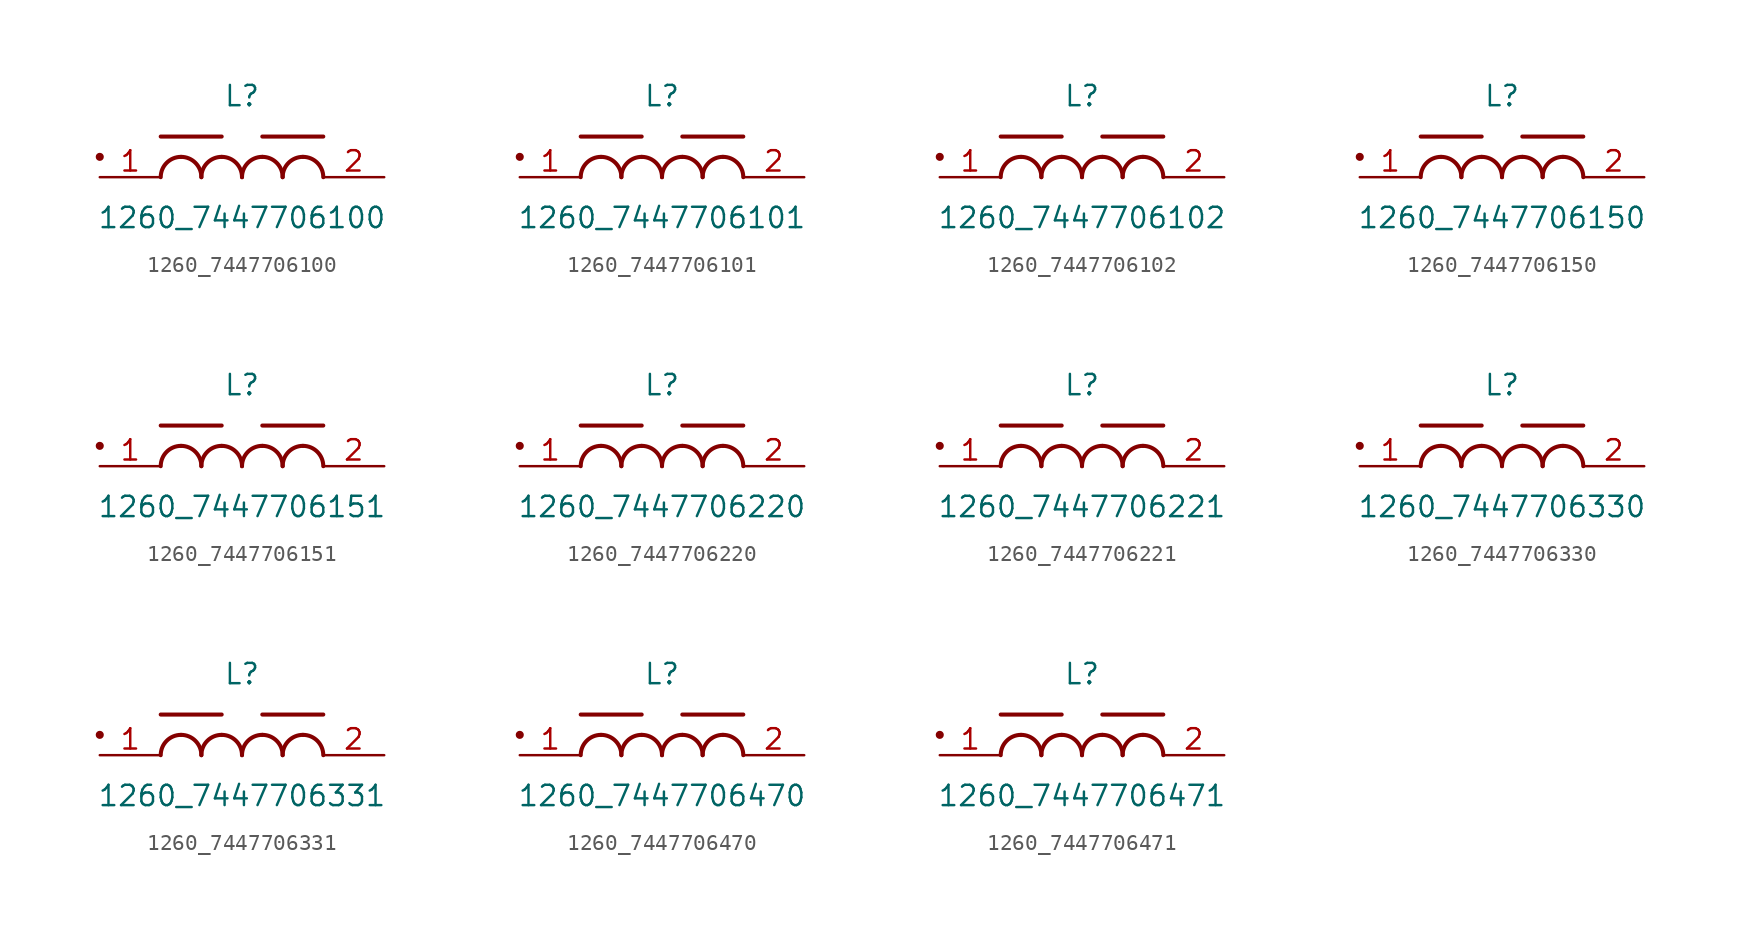
<source format=kicad_sym>
(kicad_symbol_lib
  (version 20211014)
  (generator kicad_symbol_editor)
  (symbol "Inductor_Wurth_WE-PD:1260_7447706100"
    (pin_names hide)
    (property "Reference" "L"
      (at 0 5.08 0)
      (effects (font (size 1.27 1.27))))
    (property "Value" "1260_7447706100"
      (at 0 -2.54 0)
      (effects (font (size 1.27 1.27))))
    (symbol "1260_7447706100_0_1"
      (circle (center -8.89 1.27) (radius 0.0001) (stroke (width 0.254)) (stroke (width 0.254) (type default) (color 0 0 0 0)) (fill (type none)))
      (arc (start -3.81 1.27) (mid -4.708 0.898) (end -5.08 0) (stroke (width 0.254) (type default) (color 0 0 0 0)) (fill (type none)))
      (arc (start -2.54 0) (mid -2.912 0.898) (end -3.81 1.27) (stroke (width 0.254) (type default) (color 0 0 0 0)) (fill (type none)))
      (arc (start -1.2699 1.2701) (mid -2.1679 0.8981) (end -2.5399 0.0001) (stroke (width 0.254) (type default) (color 0 0 0 0)) (fill (type none)))
      (polyline (pts (xy -5.08 2.54) (xy -1.27 2.54)) (stroke (width 0.254) (type default) (color 0 0 0 0)) (fill (type none)))
      (polyline (pts (xy 5.08 2.54) (xy 1.27 2.54)) (stroke (width 0.254) (type default) (color 0 0 0 0)) (fill (type none)))
      (arc (start 0.0001 0.0001) (mid -0.3719 0.8981) (end -1.2699 1.2701) (stroke (width 0.254) (type default) (color 0 0 0 0)) (fill (type none)))
      (arc (start 1.2701 1.2701) (mid 0.3721 0.8981) (end 0.0001 0.0001) (stroke (width 0.254) (type default) (color 0 0 0 0)) (fill (type none)))
      (arc (start 2.5401 0.0001) (mid 2.1681 0.8981) (end 1.2701 1.2701) (stroke (width 0.254) (type default) (color 0 0 0 0)) (fill (type none)))
      (arc (start 3.8101 1.2701) (mid 2.9121 0.8981) (end 2.5401 0.0001) (stroke (width 0.254) (type default) (color 0 0 0 0)) (fill (type none)))
      (arc (start 5.0801 0.0001) (mid 4.7081 0.8981) (end 3.8101 1.2701) (stroke (width 0.254) (type default) (color 0 0 0 0)) (fill (type none))))
    (symbol "1260_7447706100_1_1"
      (pin passive line (at -8.89 0 0) (length 3.81) (name "1" (effects (font (size 1.27 1.27)))) (number "1" (effects (font (size 1.27 1.27)))))
      (pin passive line (at 8.89 0 180) (length 3.81) (name "2" (effects (font (size 1.27 1.27)))) (number "2" (effects (font (size 1.27 1.27)))))))
  (symbol "Inductor_Wurth_WE-PD:1260_7447706101"
    (pin_names hide)
    (property "Reference" "L"
      (at 0 5.08 0)
      (effects (font (size 1.27 1.27))))
    (property "Value" "1260_7447706101"
      (at 0 -2.54 0)
      (effects (font (size 1.27 1.27))))
    (symbol "1260_7447706101_0_1"
      (circle (center -8.89 1.27) (radius 0.0001) (stroke (width 0.254)) (stroke (width 0.254) (type default) (color 0 0 0 0)) (fill (type none)))
      (arc (start -3.81 1.27) (mid -4.708 0.898) (end -5.08 0) (stroke (width 0.254) (type default) (color 0 0 0 0)) (fill (type none)))
      (arc (start -2.54 0) (mid -2.912 0.898) (end -3.81 1.27) (stroke (width 0.254) (type default) (color 0 0 0 0)) (fill (type none)))
      (arc (start -1.2699 1.2701) (mid -2.1679 0.8981) (end -2.5399 0.0001) (stroke (width 0.254) (type default) (color 0 0 0 0)) (fill (type none)))
      (polyline (pts (xy -5.08 2.54) (xy -1.27 2.54)) (stroke (width 0.254) (type default) (color 0 0 0 0)) (fill (type none)))
      (polyline (pts (xy 5.08 2.54) (xy 1.27 2.54)) (stroke (width 0.254) (type default) (color 0 0 0 0)) (fill (type none)))
      (arc (start 0.0001 0.0001) (mid -0.3719 0.8981) (end -1.2699 1.2701) (stroke (width 0.254) (type default) (color 0 0 0 0)) (fill (type none)))
      (arc (start 1.2701 1.2701) (mid 0.3721 0.8981) (end 0.0001 0.0001) (stroke (width 0.254) (type default) (color 0 0 0 0)) (fill (type none)))
      (arc (start 2.5401 0.0001) (mid 2.1681 0.8981) (end 1.2701 1.2701) (stroke (width 0.254) (type default) (color 0 0 0 0)) (fill (type none)))
      (arc (start 3.8101 1.2701) (mid 2.9121 0.8981) (end 2.5401 0.0001) (stroke (width 0.254) (type default) (color 0 0 0 0)) (fill (type none)))
      (arc (start 5.0801 0.0001) (mid 4.7081 0.8981) (end 3.8101 1.2701) (stroke (width 0.254) (type default) (color 0 0 0 0)) (fill (type none))))
    (symbol "1260_7447706101_1_1"
      (pin passive line (at -8.89 0 0) (length 3.81) (name "1" (effects (font (size 1.27 1.27)))) (number "1" (effects (font (size 1.27 1.27)))))
      (pin passive line (at 8.89 0 180) (length 3.81) (name "2" (effects (font (size 1.27 1.27)))) (number "2" (effects (font (size 1.27 1.27)))))))
  (symbol "Inductor_Wurth_WE-PD:1260_7447706102"
    (pin_names hide)
    (property "Reference" "L"
      (at 0 5.08 0)
      (effects (font (size 1.27 1.27))))
    (property "Value" "1260_7447706102"
      (at 0 -2.54 0)
      (effects (font (size 1.27 1.27))))
    (symbol "1260_7447706102_0_1"
      (circle (center -8.89 1.27) (radius 0.0001) (stroke (width 0.254)) (stroke (width 0.254) (type default) (color 0 0 0 0)) (fill (type none)))
      (arc (start -3.81 1.27) (mid -4.708 0.898) (end -5.08 0) (stroke (width 0.254) (type default) (color 0 0 0 0)) (fill (type none)))
      (arc (start -2.54 0) (mid -2.912 0.898) (end -3.81 1.27) (stroke (width 0.254) (type default) (color 0 0 0 0)) (fill (type none)))
      (arc (start -1.2699 1.2701) (mid -2.1679 0.8981) (end -2.5399 0.0001) (stroke (width 0.254) (type default) (color 0 0 0 0)) (fill (type none)))
      (polyline (pts (xy -5.08 2.54) (xy -1.27 2.54)) (stroke (width 0.254) (type default) (color 0 0 0 0)) (fill (type none)))
      (polyline (pts (xy 5.08 2.54) (xy 1.27 2.54)) (stroke (width 0.254) (type default) (color 0 0 0 0)) (fill (type none)))
      (arc (start 0.0001 0.0001) (mid -0.3719 0.8981) (end -1.2699 1.2701) (stroke (width 0.254) (type default) (color 0 0 0 0)) (fill (type none)))
      (arc (start 1.2701 1.2701) (mid 0.3721 0.8981) (end 0.0001 0.0001) (stroke (width 0.254) (type default) (color 0 0 0 0)) (fill (type none)))
      (arc (start 2.5401 0.0001) (mid 2.1681 0.8981) (end 1.2701 1.2701) (stroke (width 0.254) (type default) (color 0 0 0 0)) (fill (type none)))
      (arc (start 3.8101 1.2701) (mid 2.9121 0.8981) (end 2.5401 0.0001) (stroke (width 0.254) (type default) (color 0 0 0 0)) (fill (type none)))
      (arc (start 5.0801 0.0001) (mid 4.7081 0.8981) (end 3.8101 1.2701) (stroke (width 0.254) (type default) (color 0 0 0 0)) (fill (type none))))
    (symbol "1260_7447706102_1_1"
      (pin passive line (at -8.89 0 0) (length 3.81) (name "1" (effects (font (size 1.27 1.27)))) (number "1" (effects (font (size 1.27 1.27)))))
      (pin passive line (at 8.89 0 180) (length 3.81) (name "2" (effects (font (size 1.27 1.27)))) (number "2" (effects (font (size 1.27 1.27)))))))
  (symbol "Inductor_Wurth_WE-PD:1260_7447706150"
    (pin_names hide)
    (property "Reference" "L"
      (at 0 5.08 0)
      (effects (font (size 1.27 1.27))))
    (property "Value" "1260_7447706150"
      (at 0 -2.54 0)
      (effects (font (size 1.27 1.27))))
    (symbol "1260_7447706150_0_1"
      (circle (center -8.89 1.27) (radius 0.0001) (stroke (width 0.254)) (stroke (width 0.254) (type default) (color 0 0 0 0)) (fill (type none)))
      (arc (start -3.81 1.27) (mid -4.708 0.898) (end -5.08 0) (stroke (width 0.254) (type default) (color 0 0 0 0)) (fill (type none)))
      (arc (start -2.54 0) (mid -2.912 0.898) (end -3.81 1.27) (stroke (width 0.254) (type default) (color 0 0 0 0)) (fill (type none)))
      (arc (start -1.2699 1.2701) (mid -2.1679 0.8981) (end -2.5399 0.0001) (stroke (width 0.254) (type default) (color 0 0 0 0)) (fill (type none)))
      (polyline (pts (xy -5.08 2.54) (xy -1.27 2.54)) (stroke (width 0.254) (type default) (color 0 0 0 0)) (fill (type none)))
      (polyline (pts (xy 5.08 2.54) (xy 1.27 2.54)) (stroke (width 0.254) (type default) (color 0 0 0 0)) (fill (type none)))
      (arc (start 0.0001 0.0001) (mid -0.3719 0.8981) (end -1.2699 1.2701) (stroke (width 0.254) (type default) (color 0 0 0 0)) (fill (type none)))
      (arc (start 1.2701 1.2701) (mid 0.3721 0.8981) (end 0.0001 0.0001) (stroke (width 0.254) (type default) (color 0 0 0 0)) (fill (type none)))
      (arc (start 2.5401 0.0001) (mid 2.1681 0.8981) (end 1.2701 1.2701) (stroke (width 0.254) (type default) (color 0 0 0 0)) (fill (type none)))
      (arc (start 3.8101 1.2701) (mid 2.9121 0.8981) (end 2.5401 0.0001) (stroke (width 0.254) (type default) (color 0 0 0 0)) (fill (type none)))
      (arc (start 5.0801 0.0001) (mid 4.7081 0.8981) (end 3.8101 1.2701) (stroke (width 0.254) (type default) (color 0 0 0 0)) (fill (type none))))
    (symbol "1260_7447706150_1_1"
      (pin passive line (at -8.89 0 0) (length 3.81) (name "1" (effects (font (size 1.27 1.27)))) (number "1" (effects (font (size 1.27 1.27)))))
      (pin passive line (at 8.89 0 180) (length 3.81) (name "2" (effects (font (size 1.27 1.27)))) (number "2" (effects (font (size 1.27 1.27)))))))
  (symbol "Inductor_Wurth_WE-PD:1260_7447706151"
    (pin_names hide)
    (property "Reference" "L"
      (at 0 5.08 0)
      (effects (font (size 1.27 1.27))))
    (property "Value" "1260_7447706151"
      (at 0 -2.54 0)
      (effects (font (size 1.27 1.27))))
    (symbol "1260_7447706151_0_1"
      (circle (center -8.89 1.27) (radius 0.0001) (stroke (width 0.254)) (stroke (width 0.254) (type default) (color 0 0 0 0)) (fill (type none)))
      (arc (start -3.81 1.27) (mid -4.708 0.898) (end -5.08 0) (stroke (width 0.254) (type default) (color 0 0 0 0)) (fill (type none)))
      (arc (start -2.54 0) (mid -2.912 0.898) (end -3.81 1.27) (stroke (width 0.254) (type default) (color 0 0 0 0)) (fill (type none)))
      (arc (start -1.2699 1.2701) (mid -2.1679 0.8981) (end -2.5399 0.0001) (stroke (width 0.254) (type default) (color 0 0 0 0)) (fill (type none)))
      (polyline (pts (xy -5.08 2.54) (xy -1.27 2.54)) (stroke (width 0.254) (type default) (color 0 0 0 0)) (fill (type none)))
      (polyline (pts (xy 5.08 2.54) (xy 1.27 2.54)) (stroke (width 0.254) (type default) (color 0 0 0 0)) (fill (type none)))
      (arc (start 0.0001 0.0001) (mid -0.3719 0.8981) (end -1.2699 1.2701) (stroke (width 0.254) (type default) (color 0 0 0 0)) (fill (type none)))
      (arc (start 1.2701 1.2701) (mid 0.3721 0.8981) (end 0.0001 0.0001) (stroke (width 0.254) (type default) (color 0 0 0 0)) (fill (type none)))
      (arc (start 2.5401 0.0001) (mid 2.1681 0.8981) (end 1.2701 1.2701) (stroke (width 0.254) (type default) (color 0 0 0 0)) (fill (type none)))
      (arc (start 3.8101 1.2701) (mid 2.9121 0.8981) (end 2.5401 0.0001) (stroke (width 0.254) (type default) (color 0 0 0 0)) (fill (type none)))
      (arc (start 5.0801 0.0001) (mid 4.7081 0.8981) (end 3.8101 1.2701) (stroke (width 0.254) (type default) (color 0 0 0 0)) (fill (type none))))
    (symbol "1260_7447706151_1_1"
      (pin passive line (at -8.89 0 0) (length 3.81) (name "1" (effects (font (size 1.27 1.27)))) (number "1" (effects (font (size 1.27 1.27)))))
      (pin passive line (at 8.89 0 180) (length 3.81) (name "2" (effects (font (size 1.27 1.27)))) (number "2" (effects (font (size 1.27 1.27)))))))
  (symbol "Inductor_Wurth_WE-PD:1260_7447706220"
    (pin_names hide)
    (property "Reference" "L"
      (at 0 5.08 0)
      (effects (font (size 1.27 1.27))))
    (property "Value" "1260_7447706220"
      (at 0 -2.54 0)
      (effects (font (size 1.27 1.27))))
    (symbol "1260_7447706220_0_1"
      (circle (center -8.89 1.27) (radius 0.0001) (stroke (width 0.254)) (stroke (width 0.254) (type default) (color 0 0 0 0)) (fill (type none)))
      (arc (start -3.81 1.27) (mid -4.708 0.898) (end -5.08 0) (stroke (width 0.254) (type default) (color 0 0 0 0)) (fill (type none)))
      (arc (start -2.54 0) (mid -2.912 0.898) (end -3.81 1.27) (stroke (width 0.254) (type default) (color 0 0 0 0)) (fill (type none)))
      (arc (start -1.2699 1.2701) (mid -2.1679 0.8981) (end -2.5399 0.0001) (stroke (width 0.254) (type default) (color 0 0 0 0)) (fill (type none)))
      (polyline (pts (xy -5.08 2.54) (xy -1.27 2.54)) (stroke (width 0.254) (type default) (color 0 0 0 0)) (fill (type none)))
      (polyline (pts (xy 5.08 2.54) (xy 1.27 2.54)) (stroke (width 0.254) (type default) (color 0 0 0 0)) (fill (type none)))
      (arc (start 0.0001 0.0001) (mid -0.3719 0.8981) (end -1.2699 1.2701) (stroke (width 0.254) (type default) (color 0 0 0 0)) (fill (type none)))
      (arc (start 1.2701 1.2701) (mid 0.3721 0.8981) (end 0.0001 0.0001) (stroke (width 0.254) (type default) (color 0 0 0 0)) (fill (type none)))
      (arc (start 2.5401 0.0001) (mid 2.1681 0.8981) (end 1.2701 1.2701) (stroke (width 0.254) (type default) (color 0 0 0 0)) (fill (type none)))
      (arc (start 3.8101 1.2701) (mid 2.9121 0.8981) (end 2.5401 0.0001) (stroke (width 0.254) (type default) (color 0 0 0 0)) (fill (type none)))
      (arc (start 5.0801 0.0001) (mid 4.7081 0.8981) (end 3.8101 1.2701) (stroke (width 0.254) (type default) (color 0 0 0 0)) (fill (type none))))
    (symbol "1260_7447706220_1_1"
      (pin passive line (at -8.89 0 0) (length 3.81) (name "1" (effects (font (size 1.27 1.27)))) (number "1" (effects (font (size 1.27 1.27)))))
      (pin passive line (at 8.89 0 180) (length 3.81) (name "2" (effects (font (size 1.27 1.27)))) (number "2" (effects (font (size 1.27 1.27)))))))
  (symbol "Inductor_Wurth_WE-PD:1260_7447706221"
    (pin_names hide)
    (property "Reference" "L"
      (at 0 5.08 0)
      (effects (font (size 1.27 1.27))))
    (property "Value" "1260_7447706221"
      (at 0 -2.54 0)
      (effects (font (size 1.27 1.27))))
    (symbol "1260_7447706221_0_1"
      (circle (center -8.89 1.27) (radius 0.0001) (stroke (width 0.254)) (stroke (width 0.254) (type default) (color 0 0 0 0)) (fill (type none)))
      (arc (start -3.81 1.27) (mid -4.708 0.898) (end -5.08 0) (stroke (width 0.254) (type default) (color 0 0 0 0)) (fill (type none)))
      (arc (start -2.54 0) (mid -2.912 0.898) (end -3.81 1.27) (stroke (width 0.254) (type default) (color 0 0 0 0)) (fill (type none)))
      (arc (start -1.2699 1.2701) (mid -2.1679 0.8981) (end -2.5399 0.0001) (stroke (width 0.254) (type default) (color 0 0 0 0)) (fill (type none)))
      (polyline (pts (xy -5.08 2.54) (xy -1.27 2.54)) (stroke (width 0.254) (type default) (color 0 0 0 0)) (fill (type none)))
      (polyline (pts (xy 5.08 2.54) (xy 1.27 2.54)) (stroke (width 0.254) (type default) (color 0 0 0 0)) (fill (type none)))
      (arc (start 0.0001 0.0001) (mid -0.3719 0.8981) (end -1.2699 1.2701) (stroke (width 0.254) (type default) (color 0 0 0 0)) (fill (type none)))
      (arc (start 1.2701 1.2701) (mid 0.3721 0.8981) (end 0.0001 0.0001) (stroke (width 0.254) (type default) (color 0 0 0 0)) (fill (type none)))
      (arc (start 2.5401 0.0001) (mid 2.1681 0.8981) (end 1.2701 1.2701) (stroke (width 0.254) (type default) (color 0 0 0 0)) (fill (type none)))
      (arc (start 3.8101 1.2701) (mid 2.9121 0.8981) (end 2.5401 0.0001) (stroke (width 0.254) (type default) (color 0 0 0 0)) (fill (type none)))
      (arc (start 5.0801 0.0001) (mid 4.7081 0.8981) (end 3.8101 1.2701) (stroke (width 0.254) (type default) (color 0 0 0 0)) (fill (type none))))
    (symbol "1260_7447706221_1_1"
      (pin passive line (at -8.89 0 0) (length 3.81) (name "1" (effects (font (size 1.27 1.27)))) (number "1" (effects (font (size 1.27 1.27)))))
      (pin passive line (at 8.89 0 180) (length 3.81) (name "2" (effects (font (size 1.27 1.27)))) (number "2" (effects (font (size 1.27 1.27)))))))
  (symbol "Inductor_Wurth_WE-PD:1260_7447706330"
    (pin_names hide)
    (property "Reference" "L"
      (at 0 5.08 0)
      (effects (font (size 1.27 1.27))))
    (property "Value" "1260_7447706330"
      (at 0 -2.54 0)
      (effects (font (size 1.27 1.27))))
    (symbol "1260_7447706330_0_1"
      (circle (center -8.89 1.27) (radius 0.0001) (stroke (width 0.254)) (stroke (width 0.254) (type default) (color 0 0 0 0)) (fill (type none)))
      (arc (start -3.81 1.27) (mid -4.708 0.898) (end -5.08 0) (stroke (width 0.254) (type default) (color 0 0 0 0)) (fill (type none)))
      (arc (start -2.54 0) (mid -2.912 0.898) (end -3.81 1.27) (stroke (width 0.254) (type default) (color 0 0 0 0)) (fill (type none)))
      (arc (start -1.2699 1.2701) (mid -2.1679 0.8981) (end -2.5399 0.0001) (stroke (width 0.254) (type default) (color 0 0 0 0)) (fill (type none)))
      (polyline (pts (xy -5.08 2.54) (xy -1.27 2.54)) (stroke (width 0.254) (type default) (color 0 0 0 0)) (fill (type none)))
      (polyline (pts (xy 5.08 2.54) (xy 1.27 2.54)) (stroke (width 0.254) (type default) (color 0 0 0 0)) (fill (type none)))
      (arc (start 0.0001 0.0001) (mid -0.3719 0.8981) (end -1.2699 1.2701) (stroke (width 0.254) (type default) (color 0 0 0 0)) (fill (type none)))
      (arc (start 1.2701 1.2701) (mid 0.3721 0.8981) (end 0.0001 0.0001) (stroke (width 0.254) (type default) (color 0 0 0 0)) (fill (type none)))
      (arc (start 2.5401 0.0001) (mid 2.1681 0.8981) (end 1.2701 1.2701) (stroke (width 0.254) (type default) (color 0 0 0 0)) (fill (type none)))
      (arc (start 3.8101 1.2701) (mid 2.9121 0.8981) (end 2.5401 0.0001) (stroke (width 0.254) (type default) (color 0 0 0 0)) (fill (type none)))
      (arc (start 5.0801 0.0001) (mid 4.7081 0.8981) (end 3.8101 1.2701) (stroke (width 0.254) (type default) (color 0 0 0 0)) (fill (type none))))
    (symbol "1260_7447706330_1_1"
      (pin passive line (at -8.89 0 0) (length 3.81) (name "1" (effects (font (size 1.27 1.27)))) (number "1" (effects (font (size 1.27 1.27)))))
      (pin passive line (at 8.89 0 180) (length 3.81) (name "2" (effects (font (size 1.27 1.27)))) (number "2" (effects (font (size 1.27 1.27)))))))
  (symbol "Inductor_Wurth_WE-PD:1260_7447706331"
    (pin_names hide)
    (property "Reference" "L"
      (at 0 5.08 0)
      (effects (font (size 1.27 1.27))))
    (property "Value" "1260_7447706331"
      (at 0 -2.54 0)
      (effects (font (size 1.27 1.27))))
    (symbol "1260_7447706331_0_1"
      (circle (center -8.89 1.27) (radius 0.0001) (stroke (width 0.254)) (stroke (width 0.254) (type default) (color 0 0 0 0)) (fill (type none)))
      (arc (start -3.81 1.27) (mid -4.708 0.898) (end -5.08 0) (stroke (width 0.254) (type default) (color 0 0 0 0)) (fill (type none)))
      (arc (start -2.54 0) (mid -2.912 0.898) (end -3.81 1.27) (stroke (width 0.254) (type default) (color 0 0 0 0)) (fill (type none)))
      (arc (start -1.2699 1.2701) (mid -2.1679 0.8981) (end -2.5399 0.0001) (stroke (width 0.254) (type default) (color 0 0 0 0)) (fill (type none)))
      (polyline (pts (xy -5.08 2.54) (xy -1.27 2.54)) (stroke (width 0.254) (type default) (color 0 0 0 0)) (fill (type none)))
      (polyline (pts (xy 5.08 2.54) (xy 1.27 2.54)) (stroke (width 0.254) (type default) (color 0 0 0 0)) (fill (type none)))
      (arc (start 0.0001 0.0001) (mid -0.3719 0.8981) (end -1.2699 1.2701) (stroke (width 0.254) (type default) (color 0 0 0 0)) (fill (type none)))
      (arc (start 1.2701 1.2701) (mid 0.3721 0.8981) (end 0.0001 0.0001) (stroke (width 0.254) (type default) (color 0 0 0 0)) (fill (type none)))
      (arc (start 2.5401 0.0001) (mid 2.1681 0.8981) (end 1.2701 1.2701) (stroke (width 0.254) (type default) (color 0 0 0 0)) (fill (type none)))
      (arc (start 3.8101 1.2701) (mid 2.9121 0.8981) (end 2.5401 0.0001) (stroke (width 0.254) (type default) (color 0 0 0 0)) (fill (type none)))
      (arc (start 5.0801 0.0001) (mid 4.7081 0.8981) (end 3.8101 1.2701) (stroke (width 0.254) (type default) (color 0 0 0 0)) (fill (type none))))
    (symbol "1260_7447706331_1_1"
      (pin passive line (at -8.89 0 0) (length 3.81) (name "1" (effects (font (size 1.27 1.27)))) (number "1" (effects (font (size 1.27 1.27)))))
      (pin passive line (at 8.89 0 180) (length 3.81) (name "2" (effects (font (size 1.27 1.27)))) (number "2" (effects (font (size 1.27 1.27)))))))
  (symbol "Inductor_Wurth_WE-PD:1260_7447706470"
    (pin_names hide)
    (property "Reference" "L"
      (at 0 5.08 0)
      (effects (font (size 1.27 1.27))))
    (property "Value" "1260_7447706470"
      (at 0 -2.54 0)
      (effects (font (size 1.27 1.27))))
    (symbol "1260_7447706470_0_1"
      (circle (center -8.89 1.27) (radius 0.0001) (stroke (width 0.254)) (stroke (width 0.254) (type default) (color 0 0 0 0)) (fill (type none)))
      (arc (start -3.81 1.27) (mid -4.708 0.898) (end -5.08 0) (stroke (width 0.254) (type default) (color 0 0 0 0)) (fill (type none)))
      (arc (start -2.54 0) (mid -2.912 0.898) (end -3.81 1.27) (stroke (width 0.254) (type default) (color 0 0 0 0)) (fill (type none)))
      (arc (start -1.2699 1.2701) (mid -2.1679 0.8981) (end -2.5399 0.0001) (stroke (width 0.254) (type default) (color 0 0 0 0)) (fill (type none)))
      (polyline (pts (xy -5.08 2.54) (xy -1.27 2.54)) (stroke (width 0.254) (type default) (color 0 0 0 0)) (fill (type none)))
      (polyline (pts (xy 5.08 2.54) (xy 1.27 2.54)) (stroke (width 0.254) (type default) (color 0 0 0 0)) (fill (type none)))
      (arc (start 0.0001 0.0001) (mid -0.3719 0.8981) (end -1.2699 1.2701) (stroke (width 0.254) (type default) (color 0 0 0 0)) (fill (type none)))
      (arc (start 1.2701 1.2701) (mid 0.3721 0.8981) (end 0.0001 0.0001) (stroke (width 0.254) (type default) (color 0 0 0 0)) (fill (type none)))
      (arc (start 2.5401 0.0001) (mid 2.1681 0.8981) (end 1.2701 1.2701) (stroke (width 0.254) (type default) (color 0 0 0 0)) (fill (type none)))
      (arc (start 3.8101 1.2701) (mid 2.9121 0.8981) (end 2.5401 0.0001) (stroke (width 0.254) (type default) (color 0 0 0 0)) (fill (type none)))
      (arc (start 5.0801 0.0001) (mid 4.7081 0.8981) (end 3.8101 1.2701) (stroke (width 0.254) (type default) (color 0 0 0 0)) (fill (type none))))
    (symbol "1260_7447706470_1_1"
      (pin passive line (at -8.89 0 0) (length 3.81) (name "1" (effects (font (size 1.27 1.27)))) (number "1" (effects (font (size 1.27 1.27)))))
      (pin passive line (at 8.89 0 180) (length 3.81) (name "2" (effects (font (size 1.27 1.27)))) (number "2" (effects (font (size 1.27 1.27)))))))
  (symbol "Inductor_Wurth_WE-PD:1260_7447706471"
    (pin_names hide)
    (property "Reference" "L"
      (at 0 5.08 0)
      (effects (font (size 1.27 1.27))))
    (property "Value" "1260_7447706471"
      (at 0 -2.54 0)
      (effects (font (size 1.27 1.27))))
    (symbol "1260_7447706471_0_1"
      (circle (center -8.89 1.27) (radius 0.0001) (stroke (width 0.254)) (stroke (width 0.254) (type default) (color 0 0 0 0)) (fill (type none)))
      (arc (start -3.81 1.27) (mid -4.708 0.898) (end -5.08 0) (stroke (width 0.254) (type default) (color 0 0 0 0)) (fill (type none)))
      (arc (start -2.54 0) (mid -2.912 0.898) (end -3.81 1.27) (stroke (width 0.254) (type default) (color 0 0 0 0)) (fill (type none)))
      (arc (start -1.2699 1.2701) (mid -2.1679 0.8981) (end -2.5399 0.0001) (stroke (width 0.254) (type default) (color 0 0 0 0)) (fill (type none)))
      (polyline (pts (xy -5.08 2.54) (xy -1.27 2.54)) (stroke (width 0.254) (type default) (color 0 0 0 0)) (fill (type none)))
      (polyline (pts (xy 5.08 2.54) (xy 1.27 2.54)) (stroke (width 0.254) (type default) (color 0 0 0 0)) (fill (type none)))
      (arc (start 0.0001 0.0001) (mid -0.3719 0.8981) (end -1.2699 1.2701) (stroke (width 0.254) (type default) (color 0 0 0 0)) (fill (type none)))
      (arc (start 1.2701 1.2701) (mid 0.3721 0.8981) (end 0.0001 0.0001) (stroke (width 0.254) (type default) (color 0 0 0 0)) (fill (type none)))
      (arc (start 2.5401 0.0001) (mid 2.1681 0.8981) (end 1.2701 1.2701) (stroke (width 0.254) (type default) (color 0 0 0 0)) (fill (type none)))
      (arc (start 3.8101 1.2701) (mid 2.9121 0.8981) (end 2.5401 0.0001) (stroke (width 0.254) (type default) (color 0 0 0 0)) (fill (type none)))
      (arc (start 5.0801 0.0001) (mid 4.7081 0.8981) (end 3.8101 1.2701) (stroke (width 0.254) (type default) (color 0 0 0 0)) (fill (type none))))
    (symbol "1260_7447706471_1_1"
      (pin passive line (at -8.89 0 0) (length 3.81) (name "1" (effects (font (size 1.27 1.27)))) (number "1" (effects (font (size 1.27 1.27)))))
      (pin passive line (at 8.89 0 180) (length 3.81) (name "2" (effects (font (size 1.27 1.27)))) (number "2" (effects (font (size 1.27 1.27))))))))
</source>
